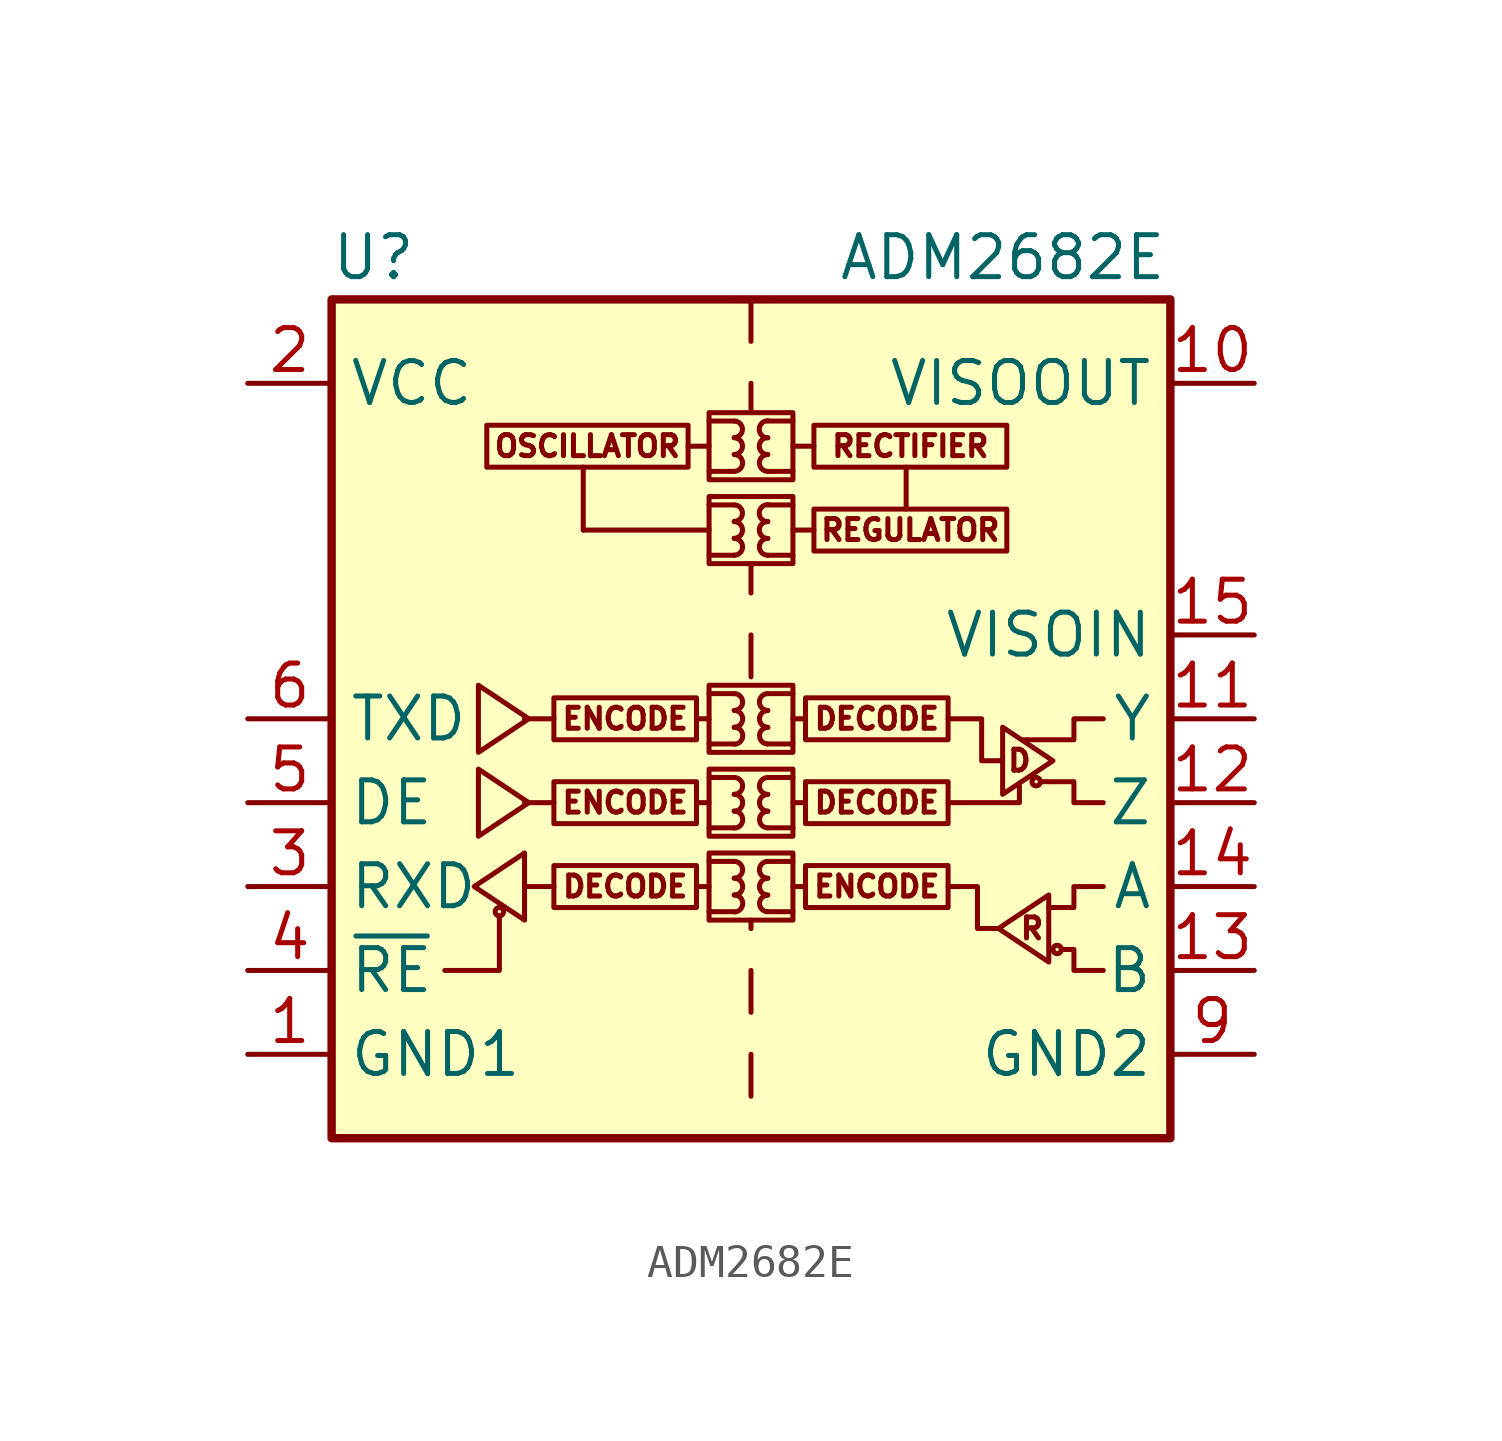
<source format=kicad_sym>
(kicad_symbol_lib
  (version 20201005)
  (generator kicad_symbol_editor)
  (symbol "ADM2682E"
    (property "Reference" "U"
      (at -11.43 13.97 0)
      (effects (font (size 1.27 1.27))))
    (property "Value" "ADM2682E"
      (at 7.62 13.97 0)
      (effects (font (size 1.27 1.27))))
    (symbol "ADM2682E_0_0"
      (text "D" (at 8.128 -1.27 0) (effects (font (size 0.635 0.635))))
      (text "R" (at 8.509 -6.35 0) (effects (font (size 0.635 0.635)))))
    (symbol "ADM2682E_0_1"
      (circle (center -7.62 -5.842) (radius 0.127) (stroke (width 0)) (fill (type none)))
      (polyline (pts (xy -9.271 -7.62) (xy -7.62 -7.62) (xy -7.62 -5.969)) (stroke (width 0)) (fill (type none)))
      (polyline (pts (xy 5.969 -2.54) (xy 8.128 -2.54) (xy 8.128 -2.032)) (stroke (width 0)) (fill (type none)))
      (polyline (pts (xy 7.493 -6.35) (xy 6.858 -6.35) (xy 6.858 -5.08) (xy 5.969 -5.08)) (stroke (width 0)) (fill (type none)))
      (polyline (pts (xy 7.62 -1.27) (xy 6.985 -1.27) (xy 6.985 0) (xy 5.969 0)) (stroke (width 0)) (fill (type none)))
      (polyline (pts (xy 9.017 -5.715) (xy 9.779 -5.715) (xy 9.779 -5.08) (xy 10.668 -5.08)) (stroke (width 0)) (fill (type none)))
      (polyline (pts (xy 9.398 -6.985) (xy 9.779 -6.985) (xy 9.779 -7.62) (xy 10.668 -7.62)) (stroke (width 0)) (fill (type none)))
      (polyline (pts (xy 10.668 -2.54) (xy 9.779 -2.54) (xy 9.779 -1.905) (xy 8.763 -1.905)) (stroke (width 0)) (fill (type none)))
      (polyline (pts (xy 10.668 0) (xy 9.779 0) (xy 9.779 -0.635) (xy 8.255 -0.635)) (stroke (width 0)) (fill (type none))))
    (symbol "ADM2682E_1_0"
      (arc (start -0.508 -5.842) (end -0.508 -5.334) (radius (at -0.508 -5.588) (length 0.254) (angles -89.9 89.9)) (stroke (width 0)) (fill (type none)))
      (arc (start -0.508 -5.334) (end -0.508 -4.826) (radius (at -0.508 -5.08) (length 0.254) (angles -89.9 89.9)) (stroke (width 0)) (fill (type none)))
      (arc (start -0.508 -4.826) (end -0.508 -4.318) (radius (at -0.508 -4.572) (length 0.254) (angles -89.9 89.9)) (stroke (width 0)) (fill (type none)))
      (arc (start -0.508 -3.302) (end -0.508 -2.794) (radius (at -0.508 -3.048) (length 0.254) (angles -89.9 89.9)) (stroke (width 0)) (fill (type none)))
      (arc (start -0.508 -2.794) (end -0.508 -2.286) (radius (at -0.508 -2.54) (length 0.254) (angles -89.9 89.9)) (stroke (width 0)) (fill (type none)))
      (arc (start -0.508 -2.286) (end -0.508 -1.778) (radius (at -0.508 -2.032) (length 0.254) (angles -89.9 89.9)) (stroke (width 0)) (fill (type none)))
      (arc (start -0.508 -0.762) (end -0.508 -0.254) (radius (at -0.508 -0.508) (length 0.254) (angles -89.9 89.9)) (stroke (width 0)) (fill (type none)))
      (arc (start -0.508 -0.254) (end -0.508 0.254) (radius (at -0.508 0) (length 0.254) (angles -89.9 89.9)) (stroke (width 0)) (fill (type none)))
      (arc (start -0.508 0.254) (end -0.508 0.762) (radius (at -0.508 0.508) (length 0.254) (angles -89.9 89.9)) (stroke (width 0)) (fill (type none)))
      (arc (start -0.508 4.953) (end -0.508 5.461) (radius (at -0.508 5.207) (length 0.254) (angles -89.9 89.9)) (stroke (width 0)) (fill (type none)))
      (arc (start -0.508 5.461) (end -0.508 5.969) (radius (at -0.508 5.715) (length 0.254) (angles -89.9 89.9)) (stroke (width 0)) (fill (type none)))
      (arc (start -0.508 5.969) (end -0.508 6.477) (radius (at -0.508 6.223) (length 0.254) (angles -89.9 89.9)) (stroke (width 0)) (fill (type none)))
      (arc (start -0.508 7.493) (end -0.508 8.001) (radius (at -0.508 7.747) (length 0.254) (angles -89.9 89.9)) (stroke (width 0)) (fill (type none)))
      (arc (start -0.508 8.001) (end -0.508 8.509) (radius (at -0.508 8.255) (length 0.254) (angles -89.9 89.9)) (stroke (width 0)) (fill (type none)))
      (arc (start -0.508 8.509) (end -0.508 9.017) (radius (at -0.508 8.763) (length 0.254) (angles -89.9 89.9)) (stroke (width 0)) (fill (type none)))
      (arc (start 0.508 -5.334) (end 0.508 -5.842) (radius (at 0.508 -5.588) (length 0.254) (angles 90.1 -90.1)) (stroke (width 0)) (fill (type none)))
      (arc (start 0.508 -4.826) (end 0.508 -5.334) (radius (at 0.508 -5.08) (length 0.254) (angles 90.1 -90.1)) (stroke (width 0)) (fill (type none)))
      (arc (start 0.508 -4.318) (end 0.508 -4.826) (radius (at 0.508 -4.572) (length 0.254) (angles 90.1 -90.1)) (stroke (width 0)) (fill (type none)))
      (arc (start 0.508 -2.794) (end 0.508 -3.302) (radius (at 0.508 -3.048) (length 0.254) (angles 90.1 -90.1)) (stroke (width 0)) (fill (type none)))
      (arc (start 0.508 -2.286) (end 0.508 -2.794) (radius (at 0.508 -2.54) (length 0.254) (angles 90.1 -90.1)) (stroke (width 0)) (fill (type none)))
      (arc (start 0.508 -1.778) (end 0.508 -2.286) (radius (at 0.508 -2.032) (length 0.254) (angles 90.1 -90.1)) (stroke (width 0)) (fill (type none)))
      (arc (start 0.508 -0.254) (end 0.508 -0.762) (radius (at 0.508 -0.508) (length 0.254) (angles 90.1 -90.1)) (stroke (width 0)) (fill (type none)))
      (arc (start 0.508 0.254) (end 0.508 -0.254) (radius (at 0.508 0) (length 0.254) (angles 90.1 -90.1)) (stroke (width 0)) (fill (type none)))
      (arc (start 0.508 0.762) (end 0.508 0.254) (radius (at 0.508 0.508) (length 0.254) (angles 90.1 -90.1)) (stroke (width 0)) (fill (type none)))
      (arc (start 0.508 5.461) (end 0.508 4.953) (radius (at 0.508 5.207) (length 0.254) (angles 90.1 -90.1)) (stroke (width 0)) (fill (type none)))
      (arc (start 0.508 5.969) (end 0.508 5.461) (radius (at 0.508 5.715) (length 0.254) (angles 90.1 -90.1)) (stroke (width 0)) (fill (type none)))
      (arc (start 0.508 6.477) (end 0.508 5.969) (radius (at 0.508 6.223) (length 0.254) (angles 90.1 -90.1)) (stroke (width 0)) (fill (type none)))
      (arc (start 0.508 8.001) (end 0.508 7.493) (radius (at 0.508 7.747) (length 0.254) (angles 90.1 -90.1)) (stroke (width 0)) (fill (type none)))
      (arc (start 0.508 8.509) (end 0.508 8.001) (radius (at 0.508 8.255) (length 0.254) (angles 90.1 -90.1)) (stroke (width 0)) (fill (type none)))
      (arc (start 0.508 9.017) (end 0.508 8.509) (radius (at 0.508 8.763) (length 0.254) (angles 90.1 -90.1)) (stroke (width 0)) (fill (type none)))
      (text "DECODE" (at -3.81 -5.08 0) (effects (font (size 0.635 0.635))))
      (text "DECODE" (at 3.81 -2.54 0) (effects (font (size 0.635 0.635))))
      (text "DECODE" (at 3.81 0 0) (effects (font (size 0.635 0.635))))
      (text "ENCODE" (at -3.81 -2.54 0) (effects (font (size 0.635 0.635))))
      (text "ENCODE" (at -3.81 0 0) (effects (font (size 0.635 0.635))))
      (text "ENCODE" (at 3.81 -5.08 0) (effects (font (size 0.635 0.635))))
      (text "OSCILLATOR" (at -4.953 8.255 0) (effects (font (size 0.635 0.635))))
      (text "RECTIFIER" (at 4.826 8.255 0) (effects (font (size 0.635 0.635))))
      (text "REGULATOR" (at 4.826 5.715 0) (effects (font (size 0.635 0.635))))
      (rectangle (start -1.27 -4.064) (end 1.27 -6.096) (stroke (width 0)) (fill (type none)))
      (rectangle (start -1.27 -1.524) (end 1.27 -3.556) (stroke (width 0)) (fill (type none)))
      (rectangle (start -1.27 1.016) (end 1.27 -1.016) (stroke (width 0)) (fill (type none)))
      (rectangle (start -1.27 6.731) (end 1.27 4.699) (stroke (width 0)) (fill (type none)))
      (rectangle (start -1.27 9.271) (end 1.27 7.239) (stroke (width 0)) (fill (type none)))
      (rectangle (start 1.651 -4.445) (end 5.969 -5.715) (stroke (width 0)) (fill (type none)))
      (rectangle (start 1.651 -1.905) (end 5.969 -3.175) (stroke (width 0)) (fill (type none)))
      (rectangle (start 1.651 0.635) (end 5.969 -0.635) (stroke (width 0)) (fill (type none)))
      (rectangle (start 1.905 6.35) (end 7.747 5.08) (stroke (width 0)) (fill (type none)))
      (rectangle (start 1.905 8.89) (end 7.747 7.62) (stroke (width 0)) (fill (type none)))
      (polyline (pts (xy -5.969 -5.08) (xy -6.858 -5.08)) (stroke (width 0)) (fill (type none)))
      (polyline (pts (xy -5.969 -2.54) (xy -6.858 -2.54)) (stroke (width 0)) (fill (type none)))
      (polyline (pts (xy -5.969 0) (xy -6.858 0)) (stroke (width 0)) (fill (type none)))
      (polyline (pts (xy -5.08 5.715) (xy -5.08 7.62)) (stroke (width 0)) (fill (type none)))
      (polyline (pts (xy -5.08 5.715) (xy -1.27 5.715)) (stroke (width 0)) (fill (type none)))
      (polyline (pts (xy -1.905 8.255) (xy -1.27 8.255)) (stroke (width 0)) (fill (type none)))
      (polyline (pts (xy -1.651 -5.08) (xy -1.27 -5.08)) (stroke (width 0)) (fill (type none)))
      (polyline (pts (xy -1.651 -2.54) (xy -1.27 -2.54)) (stroke (width 0)) (fill (type none)))
      (polyline (pts (xy -1.651 0) (xy -1.27 0)) (stroke (width 0)) (fill (type none)))
      (polyline (pts (xy -1.27 -5.842) (xy -0.508 -5.842)) (stroke (width 0)) (fill (type none)))
      (polyline (pts (xy -1.27 -4.318) (xy -0.508 -4.318)) (stroke (width 0)) (fill (type none)))
      (polyline (pts (xy -1.27 -3.302) (xy -0.508 -3.302)) (stroke (width 0)) (fill (type none)))
      (polyline (pts (xy -1.27 -1.778) (xy -0.508 -1.778)) (stroke (width 0)) (fill (type none)))
      (polyline (pts (xy -1.27 -0.762) (xy -0.508 -0.762)) (stroke (width 0)) (fill (type none)))
      (polyline (pts (xy -1.27 0.762) (xy -0.508 0.762)) (stroke (width 0)) (fill (type none)))
      (polyline (pts (xy -1.27 4.953) (xy -0.508 4.953)) (stroke (width 0)) (fill (type none)))
      (polyline (pts (xy -1.27 6.477) (xy -0.508 6.477)) (stroke (width 0)) (fill (type none)))
      (polyline (pts (xy -1.27 7.493) (xy -0.508 7.493)) (stroke (width 0)) (fill (type none)))
      (polyline (pts (xy -1.27 9.017) (xy -0.508 9.017)) (stroke (width 0)) (fill (type none)))
      (polyline (pts (xy 0 -11.43) (xy 0 -10.16)) (stroke (width 0)) (fill (type none)))
      (polyline (pts (xy 0 -8.89) (xy 0 -7.62)) (stroke (width 0)) (fill (type none)))
      (polyline (pts (xy 0 -6.35) (xy 0 -6.096)) (stroke (width 0)) (fill (type none)))
      (polyline (pts (xy 0 1.27) (xy 0 2.54)) (stroke (width 0)) (fill (type none)))
      (polyline (pts (xy 0 3.81) (xy 0 4.699)) (stroke (width 0)) (fill (type none)))
      (polyline (pts (xy 0 9.271) (xy 0 10.16)) (stroke (width 0)) (fill (type none)))
      (polyline (pts (xy 0 12.7) (xy 0 11.43)) (stroke (width 0)) (fill (type none)))
      (polyline (pts (xy 1.27 -5.842) (xy 0.508 -5.842)) (stroke (width 0)) (fill (type none)))
      (polyline (pts (xy 1.27 -4.318) (xy 0.508 -4.318)) (stroke (width 0)) (fill (type none)))
      (polyline (pts (xy 1.27 -3.302) (xy 0.508 -3.302)) (stroke (width 0)) (fill (type none)))
      (polyline (pts (xy 1.27 -1.778) (xy 0.508 -1.778)) (stroke (width 0)) (fill (type none)))
      (polyline (pts (xy 1.27 -0.762) (xy 0.508 -0.762)) (stroke (width 0)) (fill (type none)))
      (polyline (pts (xy 1.27 0.762) (xy 0.508 0.762)) (stroke (width 0)) (fill (type none)))
      (polyline (pts (xy 1.27 4.953) (xy 0.508 4.953)) (stroke (width 0)) (fill (type none)))
      (polyline (pts (xy 1.27 6.477) (xy 0.508 6.477)) (stroke (width 0)) (fill (type none)))
      (polyline (pts (xy 1.27 7.493) (xy 0.508 7.493)) (stroke (width 0)) (fill (type none)))
      (polyline (pts (xy 1.27 9.017) (xy 0.508 9.017)) (stroke (width 0)) (fill (type none)))
      (polyline (pts (xy 1.651 -5.08) (xy 1.27 -5.08)) (stroke (width 0)) (fill (type none)))
      (polyline (pts (xy 1.651 -2.54) (xy 1.27 -2.54)) (stroke (width 0)) (fill (type none)))
      (polyline (pts (xy 1.651 0) (xy 1.27 0)) (stroke (width 0)) (fill (type none)))
      (polyline (pts (xy 1.905 5.715) (xy 1.27 5.715)) (stroke (width 0)) (fill (type none)))
      (polyline (pts (xy 1.905 8.255) (xy 1.27 8.255)) (stroke (width 0)) (fill (type none)))
      (polyline (pts (xy 4.699 6.35) (xy 4.699 7.62)) (stroke (width 0)) (fill (type none))))
    (symbol "ADM2682E_1_1"
      (circle (center 8.636 -1.905) (radius 0.127) (stroke (width 0)) (fill (type none)))
      (circle (center 9.271 -6.985) (radius 0.127) (stroke (width 0)) (fill (type none)))
      (rectangle (start -12.7 12.7) (end 12.7 -12.7) (stroke (width 0.254)) (fill (type background)))
      (rectangle (start -1.905 8.89) (end -8.001 7.62) (stroke (width 0)) (fill (type none)))
      (rectangle (start -1.651 -4.445) (end -5.969 -5.715) (stroke (width 0)) (fill (type none)))
      (rectangle (start -1.651 -1.905) (end -5.969 -3.175) (stroke (width 0)) (fill (type none)))
      (rectangle (start -1.651 0.635) (end -5.969 -0.635) (stroke (width 0)) (fill (type none)))
      (polyline (pts (xy -8.382 -5.08) (xy -6.858 -4.064) (xy -6.858 -6.096) (xy -8.382 -5.08)) (stroke (width 0)) (fill (type none)))
      (polyline (pts (xy -6.731 -2.54) (xy -8.255 -1.524) (xy -8.255 -3.556) (xy -6.731 -2.54)) (stroke (width 0)) (fill (type none)))
      (polyline (pts (xy -6.731 0) (xy -8.255 1.016) (xy -8.255 -1.016) (xy -6.731 0)) (stroke (width 0)) (fill (type none)))
      (polyline (pts (xy 7.493 -6.35) (xy 9.017 -5.334) (xy 9.017 -7.366) (xy 7.493 -6.35)) (stroke (width 0)) (fill (type none)))
      (polyline (pts (xy 9.144 -1.27) (xy 7.62 -0.254) (xy 7.62 -2.286) (xy 9.144 -1.27)) (stroke (width 0)) (fill (type none)))
      (pin power_in line (at -15.24 -10.16 0) (length 2.54) (name "GND1" (effects (font (size 1.27 1.27)))) (number "1" (effects (font (size 1.27 1.27)))))
      (pin power_in line (at 15.24 10.16 180) (length 2.54) (name "VISOOUT" (effects (font (size 1.27 1.27)))) (number "10" (effects (font (size 1.27 1.27)))))
      (pin output line (at 15.24 0 180) (length 2.54) (name "Y" (effects (font (size 1.27 1.27)))) (number "11" (effects (font (size 1.27 1.27)))))
      (pin output line (at 15.24 -2.54 180) (length 2.54) (name "Z" (effects (font (size 1.27 1.27)))) (number "12" (effects (font (size 1.27 1.27)))))
      (pin input line (at 15.24 -7.62 180) (length 2.54) (name "B" (effects (font (size 1.27 1.27)))) (number "13" (effects (font (size 1.27 1.27)))))
      (pin input line (at 15.24 -5.08 180) (length 2.54) (name "A" (effects (font (size 1.27 1.27)))) (number "14" (effects (font (size 1.27 1.27)))))
      (pin power_in line (at 15.24 2.54 180) (length 2.54) (name "VISOIN" (effects (font (size 1.27 1.27)))) (number "15" (effects (font (size 1.27 1.27)))))
      (pin passive line (at 15.24 -10.16 180) (length 2.54) hide (name "GND2" (effects (font (size 1.27 1.27)))) (number "16" (effects (font (size 1.27 1.27)))))
      (pin power_in line (at -15.24 10.16 0) (length 2.54) (name "VCC" (effects (font (size 1.27 1.27)))) (number "2" (effects (font (size 1.27 1.27)))))
      (pin output line (at -15.24 -5.08 0) (length 2.54) (name "RXD" (effects (font (size 1.27 1.27)))) (number "3" (effects (font (size 1.27 1.27)))))
      (pin input line (at -15.24 -7.62 0) (length 2.54) (name "~RE" (effects (font (size 1.27 1.27)))) (number "4" (effects (font (size 1.27 1.27)))))
      (pin input line (at -15.24 -2.54 0) (length 2.54) (name "DE" (effects (font (size 1.27 1.27)))) (number "5" (effects (font (size 1.27 1.27)))))
      (pin input line (at -15.24 0 0) (length 2.54) (name "TXD" (effects (font (size 1.27 1.27)))) (number "6" (effects (font (size 1.27 1.27)))))
      (pin passive line (at -15.24 10.16 0) (length 2.54) hide (name "VCC" (effects (font (size 1.27 1.27)))) (number "7" (effects (font (size 1.27 1.27)))))
      (pin passive line (at -15.24 -10.16 0) (length 2.54) hide (name "GND1" (effects (font (size 1.27 1.27)))) (number "8" (effects (font (size 1.27 1.27)))))
      (pin power_in line (at 15.24 -10.16 180) (length 2.54) (name "GND2" (effects (font (size 1.27 1.27)))) (number "9" (effects (font (size 1.27 1.27))))))))
</source>
